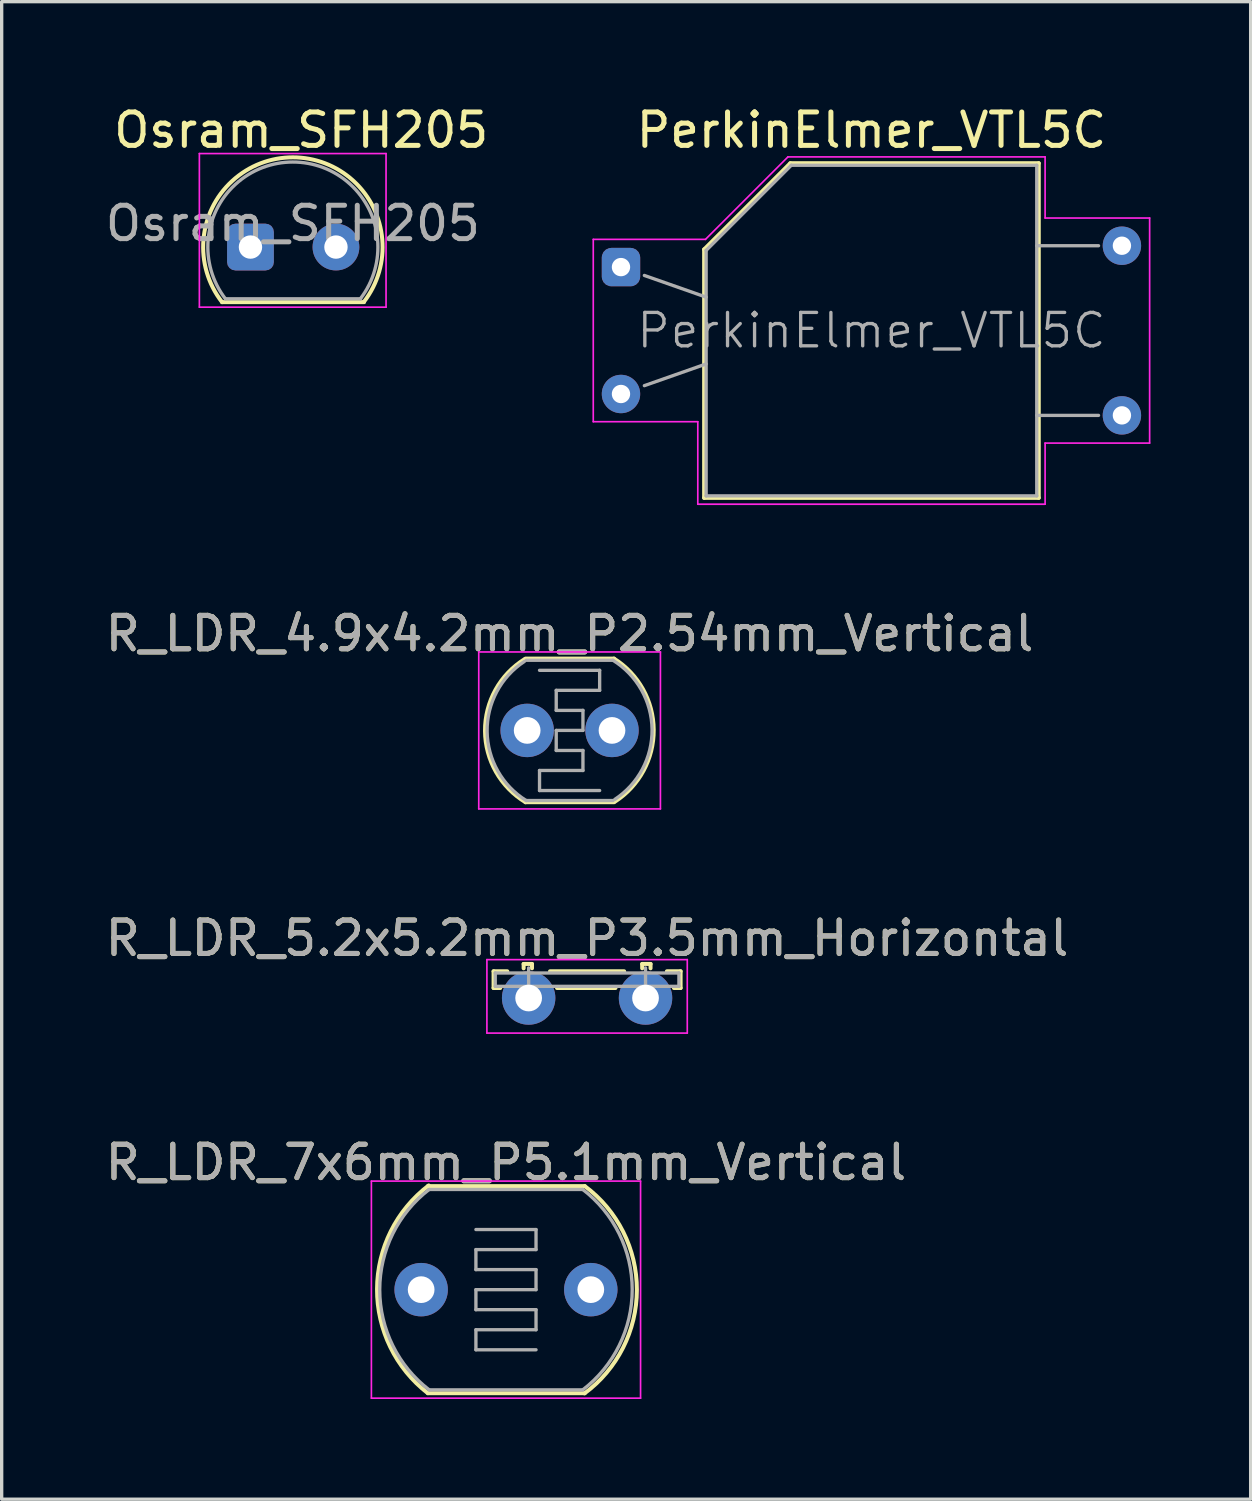
<source format=kicad_pcb>
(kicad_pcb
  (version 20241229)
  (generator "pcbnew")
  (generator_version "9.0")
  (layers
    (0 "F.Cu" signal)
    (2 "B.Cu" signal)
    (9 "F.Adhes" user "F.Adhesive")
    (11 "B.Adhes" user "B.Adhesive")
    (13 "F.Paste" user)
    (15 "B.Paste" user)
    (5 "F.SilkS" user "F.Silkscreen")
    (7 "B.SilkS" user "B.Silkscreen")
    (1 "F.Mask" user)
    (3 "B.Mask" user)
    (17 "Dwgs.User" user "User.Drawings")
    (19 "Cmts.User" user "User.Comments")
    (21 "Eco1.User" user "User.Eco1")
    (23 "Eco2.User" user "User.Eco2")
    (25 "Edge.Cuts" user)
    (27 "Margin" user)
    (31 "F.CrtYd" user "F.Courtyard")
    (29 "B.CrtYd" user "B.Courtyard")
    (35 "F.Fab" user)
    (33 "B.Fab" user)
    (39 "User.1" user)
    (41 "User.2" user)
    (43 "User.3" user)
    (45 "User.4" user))
  (footprint "PerkinElmer_VTL5C"
    (layer "F.Cu")
    (at 15.545 4.948)
    (property "Reference" "PerkinElmer_VTL5C" (at 7.5 -4.1 0) (layer "F.SilkS") (effects (font (size 1 1) (thickness 0.15))))
    (attr through_hole)
    (fp_line (start 2.49 -0.53) (end 2.49 6.91) (stroke (width 0.12) (type solid)) (layer "F.SilkS"))
    (fp_line (start 2.49 6.91) (end 12.51 6.91) (stroke (width 0.12) (type solid)) (layer "F.SilkS"))
    (fp_line (start 5.07 -3.11) (end 2.49 -0.53) (stroke (width 0.12) (type solid)) (layer "F.SilkS"))
    (fp_line (start 12.51 -3.11) (end 5.07 -3.11) (stroke (width 0.12) (type solid)) (layer "F.SilkS"))
    (fp_line (start 12.51 6.91) (end 12.51 -3.11) (stroke (width 0.12) (type solid)) (layer "F.SilkS"))
    (fp_line (start -0.83 4.63) (end -0.83 -0.83) (stroke (width 0.05) (type solid)) (layer "F.CrtYd"))
    (fp_line (start 2.3 4.63) (end -0.83 4.63) (stroke (width 0.05) (type solid)) (layer "F.CrtYd"))
    (fp_line (start 2.3 7.1) (end 2.3 4.63) (stroke (width 0.05) (type solid)) (layer "F.CrtYd"))
    (fp_line (start 2.53 -0.83) (end -0.83 -0.83) (stroke (width 0.05) (type solid)) (layer "F.CrtYd"))
    (fp_line (start 2.53 -0.83) (end 5 -3.3) (stroke (width 0.05) (type solid)) (layer "F.CrtYd"))
    (fp_line (start 5 -3.3) (end 12.7 -3.3) (stroke (width 0.05) (type solid)) (layer "F.CrtYd"))
    (fp_line (start 12.7 -3.3) (end 12.7 -1.47) (stroke (width 0.05) (type solid)) (layer "F.CrtYd"))
    (fp_line (start 12.7 5.27) (end 12.7 7.1) (stroke (width 0.05) (type solid)) (layer "F.CrtYd"))
    (fp_line (start 12.7 7.1) (end 2.3 7.1) (stroke (width 0.05) (type solid)) (layer "F.CrtYd"))
    (fp_line (start 15.83 -1.47) (end 12.7 -1.47) (stroke (width 0.05) (type solid)) (layer "F.CrtYd"))
    (fp_line (start 15.83 5.27) (end 12.7 5.27) (stroke (width 0.05) (type solid)) (layer "F.CrtYd"))
    (fp_line (start 15.83 5.27) (end 15.83 -1.47) (stroke (width 0.05) (type solid)) (layer "F.CrtYd"))
    (fp_line (start 0.7 0.25) (end 2.55 0.9) (stroke (width 0.1) (type solid)) (layer "F.Fab"))
    (fp_line (start 0.7 3.55) (end 2.55 2.9) (stroke (width 0.1) (type solid)) (layer "F.Fab"))
    (fp_line (start 2.55 6.85) (end 2.55 -0.5) (stroke (width 0.1) (type solid)) (layer "F.Fab"))
    (fp_line (start 5.1 -3.05) (end 2.55 -0.5) (stroke (width 0.1) (type solid)) (layer "F.Fab"))
    (fp_line (start 5.1 -3.05) (end 12.45 -3.05) (stroke (width 0.1) (type solid)) (layer "F.Fab"))
    (fp_line (start 12.45 -3.05) (end 12.45 6.85) (stroke (width 0.1) (type solid)) (layer "F.Fab"))
    (fp_line (start 12.45 6.85) (end 2.55 6.85) (stroke (width 0.1) (type solid)) (layer "F.Fab"))
    (fp_line (start 14.3 -0.64) (end 12.45 -0.64) (stroke (width 0.1) (type solid)) (layer "F.Fab"))
    (fp_line (start 14.3 4.44) (end 12.45 4.44) (stroke (width 0.1) (type solid)) (layer "F.Fab"))
    (fp_text user "${REFERENCE}" (at 7.5 1.9 0) (layer "F.Fab") (effects (font (size 1 1) (thickness 0.1))))
    (pad "1" thru_hole roundrect (at 0 0) (size 1.15 1.15) (drill 0.55) (layers "*.Cu" "*.Mask") (roundrect_rratio 0.25))
    (pad "2" thru_hole circle (at 0 3.8) (size 1.15 1.15) (drill 0.55) (layers "*.Cu" "*.Mask"))
    (pad "3" thru_hole circle (at 15 -0.64) (size 1.15 1.15) (drill 0.55) (layers "*.Cu" "*.Mask"))
    (pad "4" thru_hole circle (at 15 4.44) (size 1.15 1.15) (drill 0.55) (layers "*.Cu" "*.Mask")))
  (footprint "Osram_SFH205"
    (layer "F.Cu")
    (at 4.45 4.348)
    (property "Reference" "Osram_SFH205" (at 1.52 -3.5 0) (layer "F.SilkS") (effects (font (size 1 1) (thickness 0.15))))
    (attr through_hole)
    (fp_line (start -0.85 1.65) (end 3.4 1.65) (stroke (width 0.12) (type solid)) (layer "F.SilkS"))
    (fp_arc (start -0.85 1.65) (mid 1.266938 -2.686427) (end 3.393756 1.645163) (stroke (width 0.12) (type solid)) (layer "F.SilkS"))
    (fp_line (start -1.53 -2.8) (end -1.53 1.8) (stroke (width 0.05) (type solid)) (layer "F.CrtYd"))
    (fp_line (start -1.53 -2.8) (end 4.06 -2.8) (stroke (width 0.05) (type solid)) (layer "F.CrtYd"))
    (fp_line (start 4.06 1.8) (end -1.53 1.8) (stroke (width 0.05) (type solid)) (layer "F.CrtYd"))
    (fp_line (start 4.06 1.8) (end 4.06 -2.8) (stroke (width 0.05) (type solid)) (layer "F.CrtYd"))
    (fp_line (start -0.75 1.55) (end 3.3 1.55) (stroke (width 0.1) (type solid)) (layer "F.Fab"))
    (fp_arc (start -0.75 1.55) (mid 1.266965 -2.546152) (end 3.293689 1.54518) (stroke (width 0.1) (type solid)) (layer "F.Fab"))
    (fp_text user "${REFERENCE}" (at 1.27 -0.707 0) (layer "F.Fab") (effects (font (size 1 1) (thickness 0.15))))
    (pad "1" thru_hole roundrect (at 0 0) (size 1.4 1.4) (drill 0.7) (layers "*.Cu" "*.Mask") (roundrect_rratio 0.178))
    (pad "2" thru_hole circle (at 2.56 0) (size 1.4 1.4) (drill 0.7) (layers "*.Cu" "*.Mask")))
  (footprint "R_LDR_7x6mm_P5.1mm_Vertical"
    (layer "F.Cu")
    (at 9.561 35.568)
    (property "Reference" "R_LDR_7x6mm_P5.1mm_Vertical" (at 2.54 -3.81 0) (layer "F.SilkS") (effects (font (size 1 1) (thickness 0.15))))
    (attr through_hole)
    (fp_line (start 0.2 -3.1) (end 4.9 -3.1) (stroke (width 0.12) (type solid)) (layer "F.SilkS"))
    (fp_line (start 0.2 3.1) (end 4.9 3.1) (stroke (width 0.12) (type solid)) (layer "F.SilkS"))
    (fp_arc (start 0.2 3.1) (mid -1.320423 -0.016888) (end 0.226796 -3.120561) (stroke (width 0.12) (type solid)) (layer "F.SilkS"))
    (fp_arc (start 4.9 -3.1) (mid 6.460049 0.00492) (end 4.89209 3.105853) (stroke (width 0.12) (type solid)) (layer "F.SilkS"))
    (fp_line (start -1.49 -3.25) (end -1.49 3.25) (stroke (width 0.05) (type solid)) (layer "F.CrtYd"))
    (fp_line (start -1.49 -3.25) (end 6.57 -3.25) (stroke (width 0.05) (type solid)) (layer "F.CrtYd"))
    (fp_line (start 6.57 3.25) (end -1.49 3.25) (stroke (width 0.05) (type solid)) (layer "F.CrtYd"))
    (fp_line (start 6.57 3.25) (end 6.57 -3.25) (stroke (width 0.05) (type solid)) (layer "F.CrtYd"))
    (fp_line (start 0.24 -3) (end 4.84 -3) (stroke (width 0.1) (type solid)) (layer "F.Fab"))
    (fp_line (start 1.64 -1.8) (end 3.44 -1.8) (stroke (width 0.1) (type solid)) (layer "F.Fab"))
    (fp_line (start 1.64 -1.2) (end 1.64 -0.6) (stroke (width 0.1) (type solid)) (layer "F.Fab"))
    (fp_line (start 1.64 -0.6) (end 3.44 -0.6) (stroke (width 0.1) (type solid)) (layer "F.Fab"))
    (fp_line (start 1.64 0) (end 1.64 0.6) (stroke (width 0.1) (type solid)) (layer "F.Fab"))
    (fp_line (start 1.64 0.6) (end 3.44 0.6) (stroke (width 0.1) (type solid)) (layer "F.Fab"))
    (fp_line (start 1.64 1.2) (end 1.64 1.8) (stroke (width 0.1) (type solid)) (layer "F.Fab"))
    (fp_line (start 1.64 1.8) (end 3.44 1.8) (stroke (width 0.1) (type solid)) (layer "F.Fab"))
    (fp_line (start 3.44 -1.8) (end 3.44 -1.2) (stroke (width 0.1) (type solid)) (layer "F.Fab"))
    (fp_line (start 3.44 -1.2) (end 1.64 -1.2) (stroke (width 0.1) (type solid)) (layer "F.Fab"))
    (fp_line (start 3.44 -0.6) (end 3.44 0) (stroke (width 0.1) (type solid)) (layer "F.Fab"))
    (fp_line (start 3.44 0) (end 1.64 0) (stroke (width 0.1) (type solid)) (layer "F.Fab"))
    (fp_line (start 3.44 0.6) (end 3.44 1.2) (stroke (width 0.1) (type solid)) (layer "F.Fab"))
    (fp_line (start 3.44 1.2) (end 1.64 1.2) (stroke (width 0.1) (type solid)) (layer "F.Fab"))
    (fp_line (start 4.84 3) (end 0.24 3) (stroke (width 0.1) (type solid)) (layer "F.Fab"))
    (fp_arc (start 0.24 3) (mid -1.240211 0.001572) (end 0.237506 -2.998087) (stroke (width 0.1) (type solid)) (layer "F.Fab"))
    (fp_arc (start 4.84 -3) (mid 6.320211 -0.001572) (end 4.842494 2.998087) (stroke (width 0.1) (type solid)) (layer "F.Fab"))
    (fp_text user "${REFERENCE}" (at 2.54 -3.81 0) (layer "F.Fab") (effects (font (size 1 1) (thickness 0.15))))
    (pad "1" thru_hole circle (at 0 0) (size 1.6 1.6) (drill 0.8) (layers "*.Cu" "*.Mask"))
    (pad "2" thru_hole circle (at 5.08 0) (size 1.6 1.6) (drill 0.8) (layers "*.Cu" "*.Mask")))
  (footprint "R_LDR_5.2x5.2mm_P3.5mm_Horizontal"
    (layer "F.Cu")
    (at 12.78 26.835)
    (property "Reference" "R_LDR_5.2x5.2mm_P3.5mm_Horizontal" (at 1.75 -1.79 0) (layer "F.SilkS") (effects (font (size 1 1) (thickness 0.15))))
    (attr through_hole)
    (fp_line (start -1.05 -0.8) (end -1.05 -0.3) (stroke (width 0.12) (type solid)) (layer "F.SilkS"))
    (fp_line (start -1.05 -0.3) (end -0.85 -0.3) (stroke (width 0.12) (type solid)) (layer "F.SilkS"))
    (fp_line (start -0.64 -0.8) (end -1.05 -0.8) (stroke (width 0.12) (type solid)) (layer "F.SilkS"))
    (fp_line (start -0.15 -1.02) (end -0.15 -0.89) (stroke (width 0.12) (type solid)) (layer "F.SilkS"))
    (fp_line (start -0.15 -1.02) (end 0.1 -1.02) (stroke (width 0.12) (type solid)) (layer "F.SilkS"))
    (fp_line (start 0.1 -1.02) (end 0.1 -0.89) (stroke (width 0.12) (type solid)) (layer "F.SilkS"))
    (fp_line (start 0.85 -0.3) (end 2.6 -0.3) (stroke (width 0.12) (type solid)) (layer "F.SilkS"))
    (fp_line (start 2.86 -0.8) (end 0.64 -0.8) (stroke (width 0.12) (type solid)) (layer "F.SilkS"))
    (fp_line (start 3.4 -1.02) (end 3.4 -0.89) (stroke (width 0.12) (type solid)) (layer "F.SilkS"))
    (fp_line (start 3.4 -1.02) (end 3.65 -1.02) (stroke (width 0.12) (type solid)) (layer "F.SilkS"))
    (fp_line (start 3.65 -1.02) (end 3.65 -0.89) (stroke (width 0.12) (type solid)) (layer "F.SilkS"))
    (fp_line (start 4.35 -0.3) (end 4.55 -0.3) (stroke (width 0.12) (type solid)) (layer "F.SilkS"))
    (fp_line (start 4.55 -0.8) (end 4.14 -0.8) (stroke (width 0.12) (type solid)) (layer "F.SilkS"))
    (fp_line (start 4.55 -0.3) (end 4.55 -0.8) (stroke (width 0.12) (type solid)) (layer "F.SilkS"))
    (fp_line (start -1.25 -1.15) (end -1.25 1.05) (stroke (width 0.05) (type solid)) (layer "F.CrtYd"))
    (fp_line (start -1.25 -1.15) (end 4.75 -1.15) (stroke (width 0.05) (type solid)) (layer "F.CrtYd"))
    (fp_line (start 4.75 1.05) (end -1.25 1.05) (stroke (width 0.05) (type solid)) (layer "F.CrtYd"))
    (fp_line (start 4.75 1.05) (end 4.75 -1.15) (stroke (width 0.05) (type solid)) (layer "F.CrtYd"))
    (fp_line (start -1 -0.75) (end 4.5 -0.75) (stroke (width 0.1) (type solid)) (layer "F.Fab"))
    (fp_line (start -1 -0.35) (end -1 -0.75) (stroke (width 0.1) (type solid)) (layer "F.Fab"))
    (fp_line (start 0 0) (end 0 -0.9) (stroke (width 0.1) (type solid)) (layer "F.Fab"))
    (fp_line (start 3.5 0) (end 3.5 -0.9) (stroke (width 0.1) (type solid)) (layer "F.Fab"))
    (fp_line (start 4.5 -0.75) (end 4.5 -0.35) (stroke (width 0.1) (type solid)) (layer "F.Fab"))
    (fp_line (start 4.5 -0.35) (end -1 -0.35) (stroke (width 0.1) (type solid)) (layer "F.Fab"))
    (fp_text user "${REFERENCE}" (at 1.75 -1.79 0) (layer "F.Fab") (effects (font (size 1 1) (thickness 0.15))))
    (pad "1" thru_hole circle (at 0 0) (size 1.6 1.6) (drill 0.8) (layers "*.Cu" "*.Mask"))
    (pad "2" thru_hole circle (at 3.5 0) (size 1.6 1.6) (drill 0.8) (layers "*.Cu" "*.Mask")))
  (footprint "R_LDR_4.9x4.2mm_P2.54mm_Vertical"
    (layer "F.Cu")
    (at 12.736 18.822)
    (property "Reference" "R_LDR_4.9x4.2mm_P2.54mm_Vertical" (at 1.27 -2.9 0) (layer "F.SilkS") (effects (font (size 1 1) (thickness 0.15))))
    (attr through_hole)
    (fp_line (start -0.05 -2.15) (end 2.6 -2.15) (stroke (width 0.12) (type solid)) (layer "F.SilkS"))
    (fp_line (start -0.05 2.15) (end 2.6 2.15) (stroke (width 0.12) (type solid)) (layer "F.SilkS"))
    (fp_arc (start -0.05 2.15) (mid -1.262424 0.01494) (end -0.075476 -2.134388) (stroke (width 0.12) (type solid)) (layer "F.SilkS"))
    (fp_arc (start 2.6 -2.15) (mid 3.788646 -0.016616) (end 2.628027 2.132145) (stroke (width 0.12) (type solid)) (layer "F.SilkS"))
    (fp_line (start -1.45 -2.35) (end -1.45 2.35) (stroke (width 0.05) (type solid)) (layer "F.CrtYd"))
    (fp_line (start -1.45 -2.35) (end 3.99 -2.35) (stroke (width 0.05) (type solid)) (layer "F.CrtYd"))
    (fp_line (start 3.99 2.35) (end -1.45 2.35) (stroke (width 0.05) (type solid)) (layer "F.CrtYd"))
    (fp_line (start 3.99 2.35) (end 3.99 -2.35) (stroke (width 0.05) (type solid)) (layer "F.CrtYd"))
    (fp_line (start -0.03 -2.1) (end 2.57 -2.1) (stroke (width 0.1) (type solid)) (layer "F.Fab"))
    (fp_line (start 0.37 -1.8) (end 2.17 -1.8) (stroke (width 0.1) (type solid)) (layer "F.Fab"))
    (fp_line (start 0.37 1.2) (end 0.37 1.8) (stroke (width 0.1) (type solid)) (layer "F.Fab"))
    (fp_line (start 0.37 1.2) (end 1.67 1.2) (stroke (width 0.1) (type solid)) (layer "F.Fab"))
    (fp_line (start 0.37 1.8) (end 2.17 1.8) (stroke (width 0.1) (type solid)) (layer "F.Fab"))
    (fp_line (start 0.87 -1.2) (end 0.87 -0.6) (stroke (width 0.1) (type solid)) (layer "F.Fab"))
    (fp_line (start 0.87 -1.2) (end 2.17 -1.2) (stroke (width 0.1) (type solid)) (layer "F.Fab"))
    (fp_line (start 0.87 0) (end 0.87 0.6) (stroke (width 0.1) (type solid)) (layer "F.Fab"))
    (fp_line (start 0.87 0) (end 1.67 0) (stroke (width 0.1) (type solid)) (layer "F.Fab"))
    (fp_line (start 1.67 -0.6) (end 0.87 -0.6) (stroke (width 0.1) (type solid)) (layer "F.Fab"))
    (fp_line (start 1.67 -0.6) (end 1.67 0) (stroke (width 0.1) (type solid)) (layer "F.Fab"))
    (fp_line (start 1.67 0.6) (end 0.87 0.6) (stroke (width 0.1) (type solid)) (layer "F.Fab"))
    (fp_line (start 1.67 0.6) (end 1.67 1.2) (stroke (width 0.1) (type solid)) (layer "F.Fab"))
    (fp_line (start 2.17 -1.8) (end 2.17 -1.2) (stroke (width 0.1) (type solid)) (layer "F.Fab"))
    (fp_line (start 2.57 2.1) (end -0.03 2.1) (stroke (width 0.1) (type solid)) (layer "F.Fab"))
    (fp_arc (start -0.03 2.1) (mid -1.199612 0.031921) (end -0.083843 -2.065698) (stroke (width 0.1) (type solid)) (layer "F.Fab"))
    (fp_arc (start 2.57 -2.1) (mid 3.739612 -0.031921) (end 2.623843 2.065698) (stroke (width 0.1) (type solid)) (layer "F.Fab"))
    (fp_text user "${REFERENCE}" (at 1.27 -2.9 0) (layer "F.Fab") (effects (font (size 1 1) (thickness 0.15))))
    (pad "1" thru_hole circle (at 0 0) (size 1.6 1.6) (drill 0.8) (layers "*.Cu" "*.Mask"))
    (pad "2" thru_hole circle (at 2.54 0) (size 1.6 1.6) (drill 0.8) (layers "*.Cu" "*.Mask")))
  (gr_rect
    (start -3 -3)
    (end 34.4 41.843)
    (stroke (width 0.1) (type default))
    (fill no)
    (layer "Edge.Cuts")))
</source>
